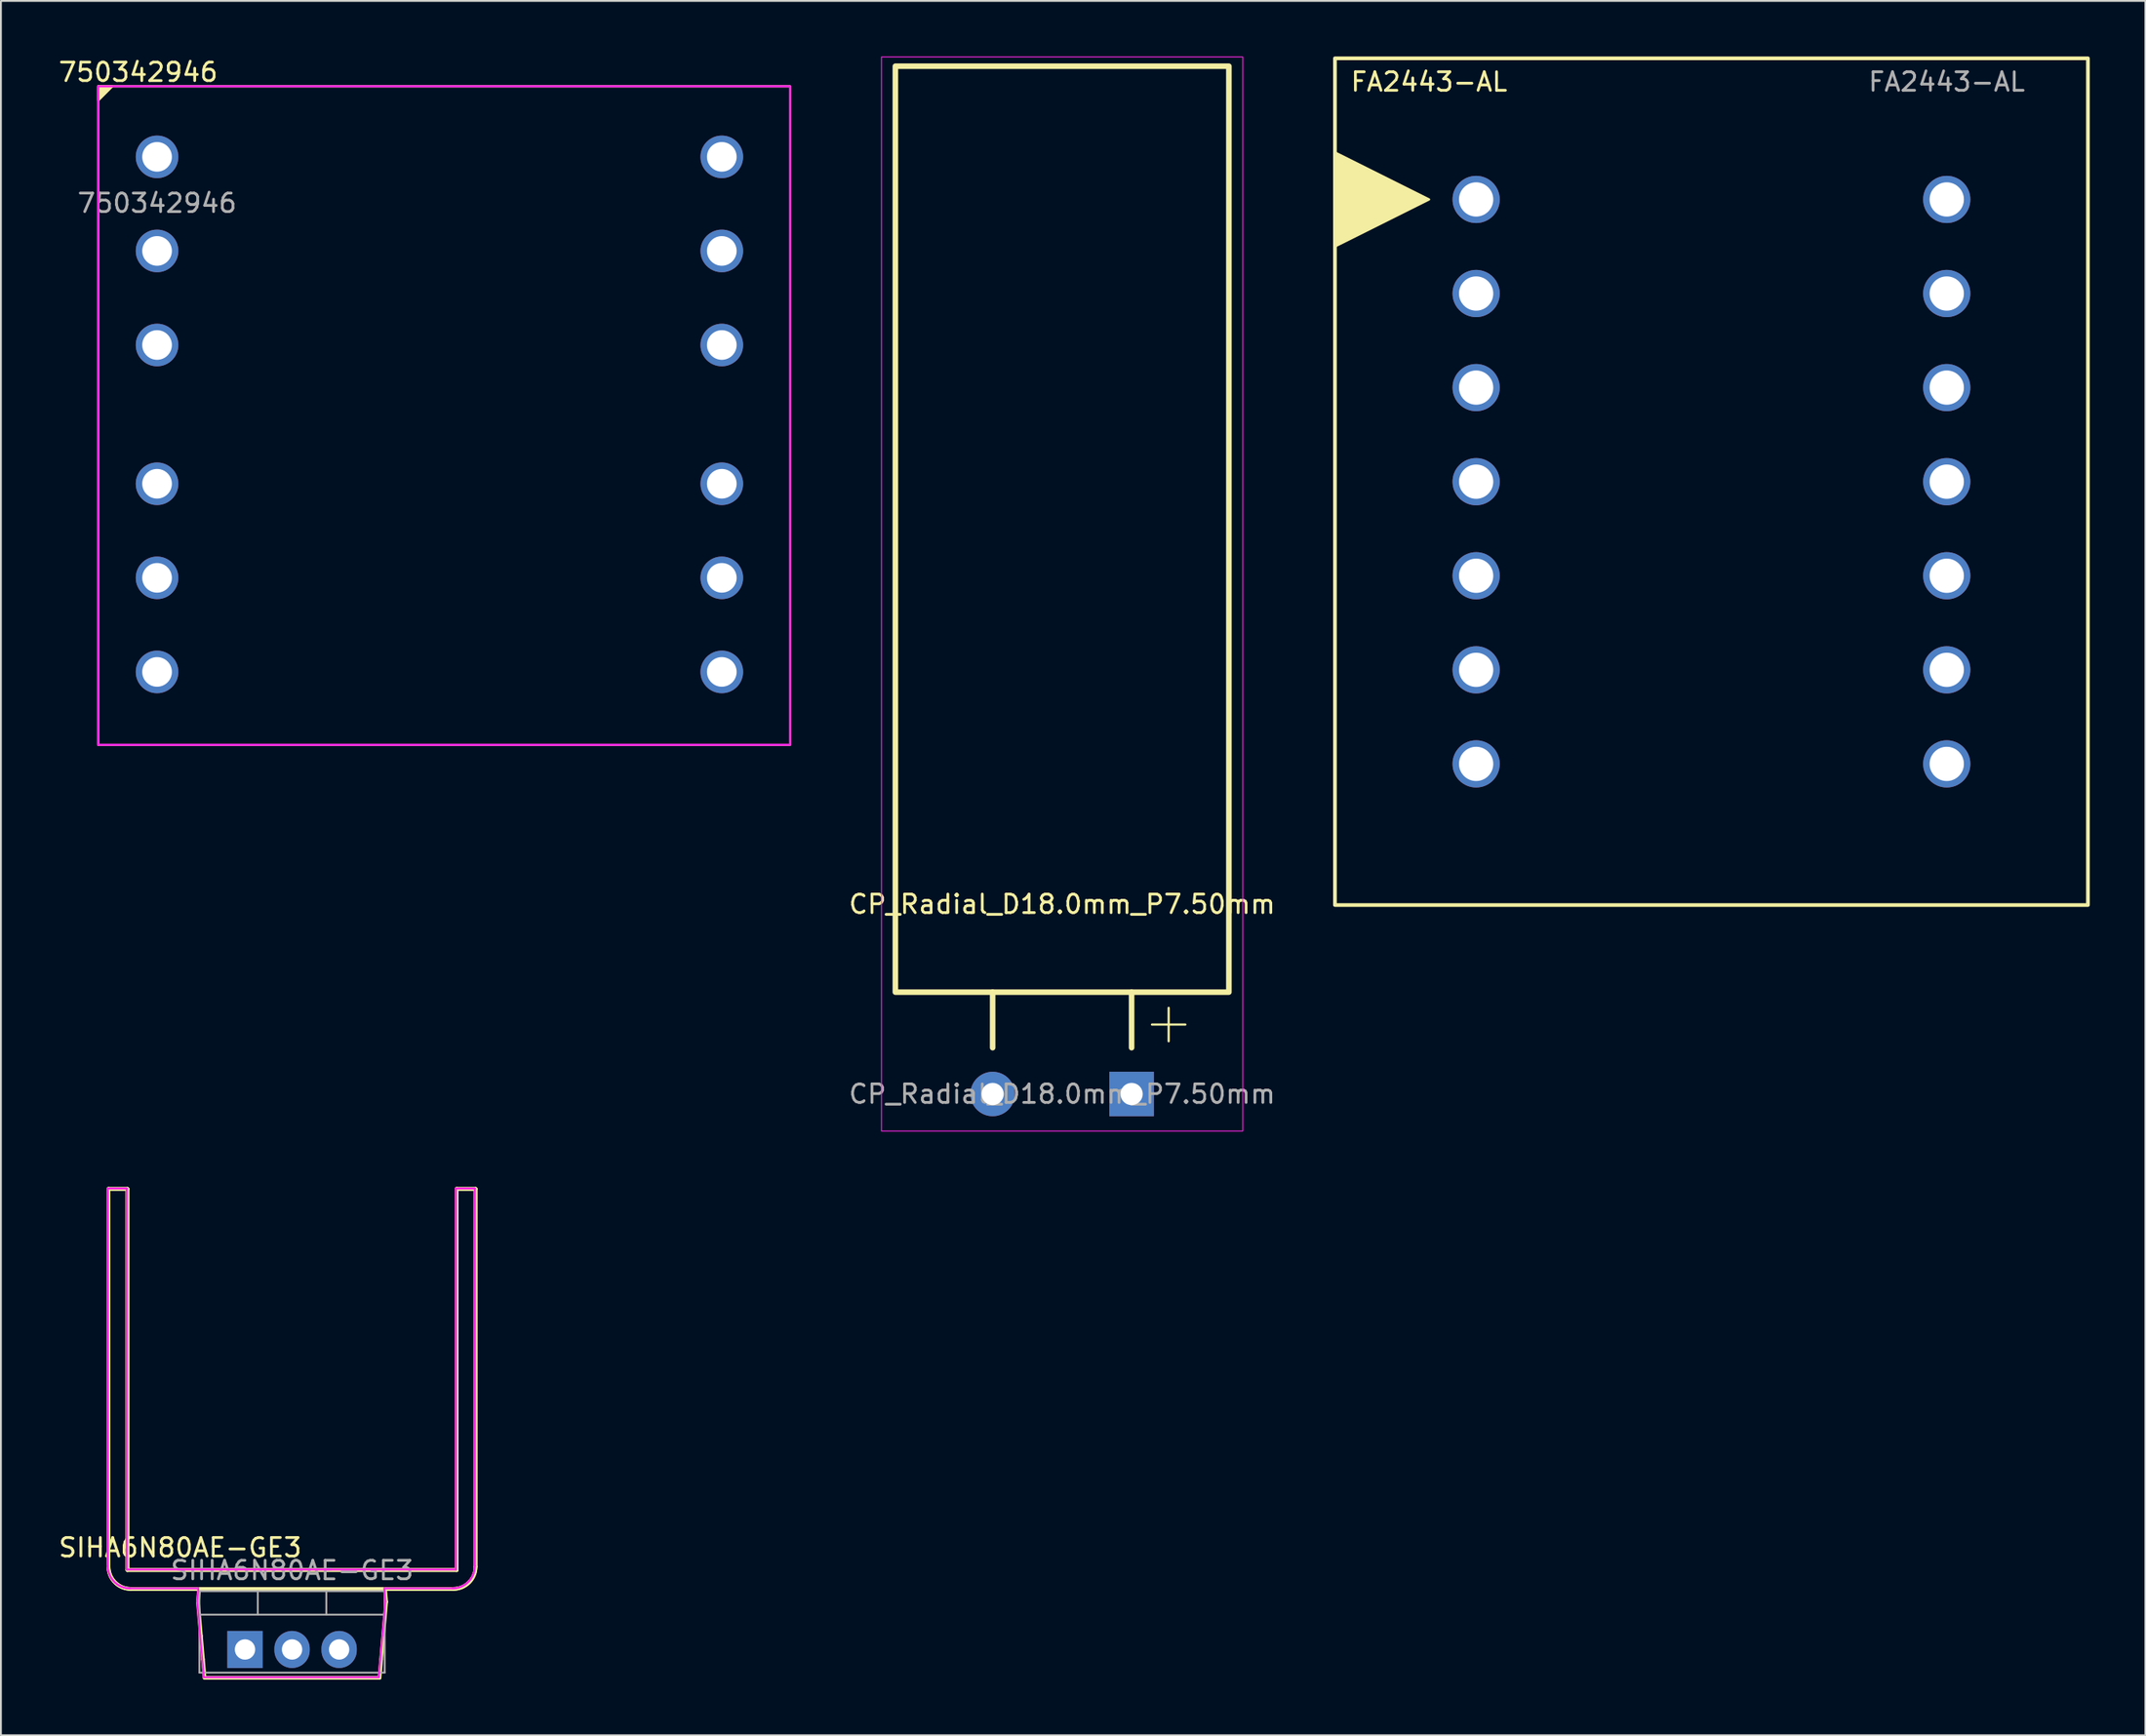
<source format=kicad_pcb>
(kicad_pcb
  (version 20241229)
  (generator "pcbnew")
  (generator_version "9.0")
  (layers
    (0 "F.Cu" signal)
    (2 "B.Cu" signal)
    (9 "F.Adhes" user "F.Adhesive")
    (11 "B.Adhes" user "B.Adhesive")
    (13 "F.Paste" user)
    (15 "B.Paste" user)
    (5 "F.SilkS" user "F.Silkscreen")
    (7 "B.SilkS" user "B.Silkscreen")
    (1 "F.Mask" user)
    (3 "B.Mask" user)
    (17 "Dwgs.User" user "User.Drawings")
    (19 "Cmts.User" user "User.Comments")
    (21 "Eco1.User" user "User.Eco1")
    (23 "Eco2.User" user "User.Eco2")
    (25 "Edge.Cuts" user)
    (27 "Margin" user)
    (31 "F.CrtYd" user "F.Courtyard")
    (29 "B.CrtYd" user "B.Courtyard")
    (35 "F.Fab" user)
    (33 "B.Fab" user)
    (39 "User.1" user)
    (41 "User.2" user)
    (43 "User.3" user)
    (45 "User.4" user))
  (footprint "SIHA6N80AE-GE3"
    (layer "F.Cu")
    (at 10.173 86.02)
    (property "Reference" "SIHA6N80AE-GE3" (at -3.5 -5.5 0) (layer "F.SilkS") (effects (font (size 1 1) (thickness 0.15))))
    (attr through_hole)
    (fp_line (start -7.365 -24.87) (end -7.365 -4.47) (stroke (width 0.2) (type default)) (layer "F.SilkS"))
    (fp_line (start -7.365 -24.87) (end -7.365 -4.47) (stroke (width 0.2) (type default)) (layer "F.SilkS"))
    (fp_line (start -6.345 -24.87) (end -7.365 -24.87) (stroke (width 0.2) (type default)) (layer "F.SilkS"))
    (fp_line (start -6.345 -24.87) (end -7.365 -24.87) (stroke (width 0.2) (type default)) (layer "F.SilkS"))
    (fp_line (start -6.345 -4.29) (end -6.345 -24.87) (stroke (width 0.2) (type default)) (layer "F.SilkS"))
    (fp_line (start -6.345 -4.29) (end -6.345 -24.87) (stroke (width 0.2) (type default)) (layer "F.SilkS"))
    (fp_line (start -6.165 -3.27) (end 11.245 -3.27) (stroke (width 0.2) (type default)) (layer "F.SilkS"))
    (fp_line (start -6.165 -3.27) (end 11.245 -3.27) (stroke (width 0.2) (type default)) (layer "F.SilkS"))
    (fp_line (start -2.58 -3.27) (end 7.66 -3.27) (stroke (width 0.12) (type solid)) (layer "F.SilkS"))
    (fp_line (start -2.479 -3.27) (end -2.54 -2.57) (stroke (width 0.2) (type default)) (layer "F.SilkS"))
    (fp_line (start -2.379 -0.73) (end -2.54 -2.57) (stroke (width 0.2) (type default)) (layer "F.SilkS"))
    (fp_line (start -2.269 0.53) (end -2.379 -0.73) (stroke (width 0.2) (type default)) (layer "F.SilkS"))
    (fp_line (start -2.181 1.53) (end -2.269 0.53) (stroke (width 0.2) (type default)) (layer "F.SilkS"))
    (fp_line (start 7.261 1.53) (end -2.181 1.53) (stroke (width 0.2) (type default)) (layer "F.SilkS"))
    (fp_line (start 7.349 0.53) (end 7.261 1.53) (stroke (width 0.2) (type default)) (layer "F.SilkS"))
    (fp_line (start 7.459 -0.73) (end 7.349 0.53) (stroke (width 0.2) (type default)) (layer "F.SilkS"))
    (fp_line (start 7.559 -3.27) (end -2.479 -3.27) (stroke (width 0.2) (type default)) (layer "F.SilkS"))
    (fp_line (start 7.62 -2.57) (end 7.459 -0.73) (stroke (width 0.2) (type default)) (layer "F.SilkS"))
    (fp_line (start 7.62 -2.57) (end 7.559 -3.27) (stroke (width 0.2) (type default)) (layer "F.SilkS"))
    (fp_line (start 11.425 -24.87) (end 11.425 -4.29) (stroke (width 0.2) (type default)) (layer "F.SilkS"))
    (fp_line (start 11.425 -24.87) (end 11.425 -4.29) (stroke (width 0.2) (type default)) (layer "F.SilkS"))
    (fp_line (start 11.425 -4.29) (end -6.345 -4.29) (stroke (width 0.2) (type default)) (layer "F.SilkS"))
    (fp_line (start 11.425 -4.29) (end -6.345 -4.29) (stroke (width 0.2) (type default)) (layer "F.SilkS"))
    (fp_line (start 12.445 -24.87) (end 11.425 -24.87) (stroke (width 0.2) (type default)) (layer "F.SilkS"))
    (fp_line (start 12.445 -24.87) (end 11.425 -24.87) (stroke (width 0.2) (type default)) (layer "F.SilkS"))
    (fp_line (start 12.445 -4.47) (end 12.445 -24.87) (stroke (width 0.2) (type default)) (layer "F.SilkS"))
    (fp_line (start 12.445 -4.47) (end 12.445 -24.87) (stroke (width 0.2) (type default)) (layer "F.SilkS"))
    (fp_arc (start -6.165 -3.27) (mid -7.013528 -3.621472) (end -7.365 -4.47) (stroke (width 0.2) (type default)) (layer "F.SilkS"))
    (fp_arc (start -6.165 -3.27) (mid -7.013528 -3.621472) (end -7.365 -4.47) (stroke (width 0.2) (type default)) (layer "F.SilkS"))
    (fp_arc (start 12.445 -4.47) (mid 12.093528 -3.621472) (end 11.245 -3.27) (stroke (width 0.2) (type default)) (layer "F.SilkS"))
    (fp_arc (start 12.445 -4.47) (mid 12.093528 -3.621472) (end 11.245 -3.27) (stroke (width 0.2) (type default)) (layer "F.SilkS"))
    (fp_line (start -7.405 -24.9) (end -7.405 -4.5) (stroke (width 0.1) (type default)) (layer "F.CrtYd"))
    (fp_line (start -7.405 -24.9) (end -7.405 -4.5) (stroke (width 0.1) (type default)) (layer "F.CrtYd"))
    (fp_line (start -6.385 -24.9) (end -7.405 -24.9) (stroke (width 0.1) (type default)) (layer "F.CrtYd"))
    (fp_line (start -6.385 -24.9) (end -7.405 -24.9) (stroke (width 0.1) (type default)) (layer "F.CrtYd"))
    (fp_line (start -6.385 -4.32) (end -6.385 -24.9) (stroke (width 0.1) (type default)) (layer "F.CrtYd"))
    (fp_line (start -6.385 -4.32) (end -6.385 -24.9) (stroke (width 0.1) (type default)) (layer "F.CrtYd"))
    (fp_line (start -6.205 -3.3) (end -2.519 -3.3) (stroke (width 0.1) (type default)) (layer "F.CrtYd"))
    (fp_line (start -2.519 -3.3) (end -2.58 -2.6) (stroke (width 0.1) (type default)) (layer "F.CrtYd"))
    (fp_line (start -2.419 -0.76) (end -2.58 -2.6) (stroke (width 0.1) (type default)) (layer "F.CrtYd"))
    (fp_line (start -2.309 0.5) (end -2.419 -0.76) (stroke (width 0.1) (type default)) (layer "F.CrtYd"))
    (fp_line (start -2.221 1.5) (end -2.309 0.5) (stroke (width 0.1) (type default)) (layer "F.CrtYd"))
    (fp_line (start 7.221 1.5) (end -2.221 1.5) (stroke (width 0.1) (type default)) (layer "F.CrtYd"))
    (fp_line (start 7.309 0.5) (end 7.221 1.5) (stroke (width 0.1) (type default)) (layer "F.CrtYd"))
    (fp_line (start 7.419 -0.76) (end 7.309 0.5) (stroke (width 0.1) (type default)) (layer "F.CrtYd"))
    (fp_line (start 7.519 -3.3) (end 11.205 -3.3) (stroke (width 0.1) (type default)) (layer "F.CrtYd"))
    (fp_line (start 7.58 -2.6) (end 7.419 -0.76) (stroke (width 0.1) (type default)) (layer "F.CrtYd"))
    (fp_line (start 7.58 -2.6) (end 7.519 -3.3) (stroke (width 0.1) (type default)) (layer "F.CrtYd"))
    (fp_line (start 11.385 -24.9) (end 11.385 -4.32) (stroke (width 0.1) (type default)) (layer "F.CrtYd"))
    (fp_line (start 11.385 -24.9) (end 11.385 -4.32) (stroke (width 0.1) (type default)) (layer "F.CrtYd"))
    (fp_line (start 11.385 -4.32) (end -6.385 -4.32) (stroke (width 0.1) (type default)) (layer "F.CrtYd"))
    (fp_line (start 11.385 -4.32) (end -6.385 -4.32) (stroke (width 0.1) (type default)) (layer "F.CrtYd"))
    (fp_line (start 12.405 -24.9) (end 11.385 -24.9) (stroke (width 0.1) (type default)) (layer "F.CrtYd"))
    (fp_line (start 12.405 -24.9) (end 11.385 -24.9) (stroke (width 0.1) (type default)) (layer "F.CrtYd"))
    (fp_line (start 12.405 -4.5) (end 12.405 -24.9) (stroke (width 0.1) (type default)) (layer "F.CrtYd"))
    (fp_line (start 12.405 -4.5) (end 12.405 -24.9) (stroke (width 0.1) (type default)) (layer "F.CrtYd"))
    (fp_arc (start -6.205 -3.3) (mid -7.053528 -3.651472) (end -7.405 -4.5) (stroke (width 0.1) (type default)) (layer "F.CrtYd"))
    (fp_arc (start -6.205 -3.3) (mid -7.053528 -3.651472) (end -7.405 -4.5) (stroke (width 0.1) (type default)) (layer "F.CrtYd"))
    (fp_arc (start 12.405 -4.5) (mid 12.053528 -3.651472) (end 11.205 -3.3) (stroke (width 0.1) (type default)) (layer "F.CrtYd"))
    (fp_arc (start 12.405 -4.5) (mid 12.053528 -3.651472) (end 11.205 -3.3) (stroke (width 0.1) (type default)) (layer "F.CrtYd"))
    (fp_line (start -2.46 -3.15) (end -2.46 1.25) (stroke (width 0.1) (type solid)) (layer "F.Fab"))
    (fp_line (start -2.46 -1.88) (end 7.54 -1.88) (stroke (width 0.1) (type solid)) (layer "F.Fab"))
    (fp_line (start -2.46 1.25) (end 7.54 1.25) (stroke (width 0.1) (type solid)) (layer "F.Fab"))
    (fp_line (start 0.69 -3.15) (end 0.69 -1.88) (stroke (width 0.1) (type solid)) (layer "F.Fab"))
    (fp_line (start 4.39 -3.15) (end 4.39 -1.88) (stroke (width 0.1) (type solid)) (layer "F.Fab"))
    (fp_line (start 7.54 -3.15) (end -2.46 -3.15) (stroke (width 0.1) (type solid)) (layer "F.Fab"))
    (fp_line (start 7.54 1.25) (end 7.54 -3.15) (stroke (width 0.1) (type solid)) (layer "F.Fab"))
    (fp_text user "${REFERENCE}" (at 2.54 -4.27 0) (layer "F.Fab") (effects (font (size 1 1) (thickness 0.15))))
    (pad "1" thru_hole rect (at 0 0) (size 1.905 2) (drill 1.1) (layers "*.Cu" "*.Mask"))
    (pad "2" thru_hole oval (at 2.54 0) (size 1.905 2) (drill 1.1) (layers "*.Cu" "*.Mask"))
    (pad "3" thru_hole oval (at 5.08 0) (size 1.905 2) (drill 1.1) (layers "*.Cu" "*.Mask")))
  (footprint "750342946"
    (layer "F.Cu")
    (at 5.427 5.42)
    (property "Reference" "750342946" (at -1.016 -4.572 0) (unlocked yes) (layer "F.SilkS") (effects (font (size 1 1) (thickness 0.15))))
    (attr through_hole)
    (fp_rect (start -3.175 -3.81) (end 34.163 31.75) (stroke (width 0.12) (type default)) (fill no) (layer "F.SilkS"))
    (fp_poly (pts (xy -3.175 -3.81) (xy -3.175 -3.048) (xy -2.413 -3.81)) (stroke (width 0.12) (type solid)) (fill yes) (layer "F.SilkS"))
    (fp_rect (start -3.175 -3.81) (end 34.163 31.75) (stroke (width 0.12) (type default)) (fill no) (layer "F.CrtYd"))
    (fp_text user "${REFERENCE}" (at 0 2.5 0) (unlocked yes) (layer "F.Fab") (effects (font (size 1 1) (thickness 0.15))))
    (pad "1" thru_hole circle (at 0 0) (size 2.3 2.3) (drill 1.6) (layers "*.Cu" "*.Mask"))
    (pad "2" thru_hole circle (at 0 5.08) (size 2.3 2.3) (drill 1.6) (layers "*.Cu" "*.Mask"))
    (pad "3" thru_hole circle (at 0 10.16) (size 2.3 2.3) (drill 1.6) (layers "*.Cu" "*.Mask"))
    (pad "4" thru_hole circle (at 0 17.653) (size 2.3 2.3) (drill 1.6) (layers "*.Cu" "*.Mask"))
    (pad "5" thru_hole circle (at 0 22.733) (size 2.3 2.3) (drill 1.6) (layers "*.Cu" "*.Mask"))
    (pad "6" thru_hole circle (at 0 27.813) (size 2.3 2.3) (drill 1.6) (layers "*.Cu" "*.Mask"))
    (pad "7" thru_hole circle (at 30.48 0) (size 2.3 2.3) (drill 1.6) (layers "*.Cu" "*.Mask"))
    (pad "8" thru_hole circle (at 30.48 5.08) (size 2.3 2.3) (drill 1.6) (layers "*.Cu" "*.Mask"))
    (pad "9" thru_hole circle (at 30.48 10.16) (size 2.3 2.3) (drill 1.6) (layers "*.Cu" "*.Mask"))
    (pad "10" thru_hole circle (at 30.48 17.653) (size 2.3 2.3) (drill 1.6) (layers "*.Cu" "*.Mask"))
    (pad "11" thru_hole circle (at 30.48 22.733) (size 2.3 2.3) (drill 1.6) (layers "*.Cu" "*.Mask"))
    (pad "12" thru_hole circle (at 30.48 27.813) (size 2.3 2.3) (drill 1.6) (layers "*.Cu" "*.Mask")))
  (footprint "CP_Radial_D18.0mm_P7.50mm"
    (layer "F.Cu")
    (at 50.525 56.025)
    (property "Reference" "CP_Radial_D18.0mm_P7.50mm" (at 3.75 -10.25 0) (layer "F.SilkS") (effects (font (size 1 1) (thickness 0.15))))
    (attr through_hole)
    (fp_line (start 0 -2.5) (end 0 -5.5) (stroke (width 0.3) (type default)) (layer "F.SilkS"))
    (fp_line (start 7.5 -2.5) (end 7.5 -5.5) (stroke (width 0.3) (type default)) (layer "F.SilkS"))
    (fp_line (start 8.6 -3.75) (end 10.4 -3.75) (stroke (width 0.12) (type solid)) (layer "F.SilkS"))
    (fp_line (start 9.5 -4.65) (end 9.5 -2.85) (stroke (width 0.12) (type solid)) (layer "F.SilkS"))
    (fp_rect (start -5.25 -55.5) (end 12.75 -5.5) (stroke (width 0.3) (type default)) (fill no) (layer "F.SilkS"))
    (fp_rect (start -6 -56) (end 13.5 2) (stroke (width 0.05) (type default)) (fill no) (layer "F.CrtYd"))
    (fp_text user "${REFERENCE}" (at 3.75 0 0) (layer "F.Fab") (effects (font (size 1 1) (thickness 0.15))))
    (pad "1" thru_hole rect (at 7.5 0) (size 2.4 2.4) (drill 1.2) (layers "*.Cu" "*.Mask"))
    (pad "2" thru_hole circle (at 0 0) (size 2.4 2.4) (drill 1.2) (layers "*.Cu" "*.Mask")))
  (footprint "FA2443-AL"
    (layer "F.Cu")
    (at 76.62 7.72)
    (property "Reference" "FA2443-AL" (at -2.54 -6.35 0) (unlocked yes) (layer "F.SilkS") (effects (font (size 1 1) (thickness 0.15))))
    (attr through_hole)
    (fp_rect (start -7.62 -7.62) (end 33.02 38.1) (stroke (width 0.2) (type default)) (fill no) (layer "F.SilkS"))
    (fp_poly (pts (xy -2.54 0) (xy -7.62 -2.54) (xy -7.62 2.54)) (stroke (width 0.12) (type solid)) (fill yes) (layer "F.SilkS"))
    (fp_text user "${REFERENCE}" (at 25.4 -6.35 0) (unlocked yes) (layer "F.Fab") (effects (font (size 1 1) (thickness 0.15))))
    (pad "1" thru_hole circle (at 0 0) (size 2.55 2.55) (drill 1.85) (layers "*.Cu" "*.Mask"))
    (pad "2" thru_hole circle (at 0 5.08) (size 2.55 2.55) (drill 1.85) (layers "*.Cu" "*.Mask"))
    (pad "3" thru_hole circle (at 0 10.16) (size 2.55 2.55) (drill 1.85) (layers "*.Cu" "*.Mask"))
    (pad "4" thru_hole circle (at 0 15.24) (size 2.55 2.55) (drill 1.85) (layers "*.Cu" "*.Mask"))
    (pad "5" thru_hole circle (at 0 20.32) (size 2.55 2.55) (drill 1.85) (layers "*.Cu" "*.Mask"))
    (pad "6" thru_hole circle (at 0 25.4) (size 2.55 2.55) (drill 1.85) (layers "*.Cu" "*.Mask"))
    (pad "7" thru_hole circle (at 0 30.48) (size 2.55 2.55) (drill 1.85) (layers "*.Cu" "*.Mask"))
    (pad "8" thru_hole circle (at 25.4 30.48) (size 2.55 2.55) (drill 1.85) (layers "*.Cu" "*.Mask"))
    (pad "9" thru_hole circle (at 25.4 25.4) (size 2.55 2.55) (drill 1.85) (layers "*.Cu" "*.Mask"))
    (pad "10" thru_hole circle (at 25.4 20.32) (size 2.55 2.55) (drill 1.85) (layers "*.Cu" "*.Mask"))
    (pad "11" thru_hole circle (at 25.4 15.24) (size 2.55 2.55) (drill 1.85) (layers "*.Cu" "*.Mask"))
    (pad "12" thru_hole circle (at 25.4 10.16) (size 2.55 2.55) (drill 1.85) (layers "*.Cu" "*.Mask"))
    (pad "13" thru_hole circle (at 25.4 5.08) (size 2.55 2.55) (drill 1.85) (layers "*.Cu" "*.Mask"))
    (pad "14" thru_hole circle (at 25.4 0) (size 2.55 2.55) (drill 1.85) (layers "*.Cu" "*.Mask")))
  (gr_rect
    (start -3 -3)
    (end 112.74 90.65)
    (stroke (width 0.1) (type default))
    (fill no)
    (layer "Edge.Cuts")))
</source>
